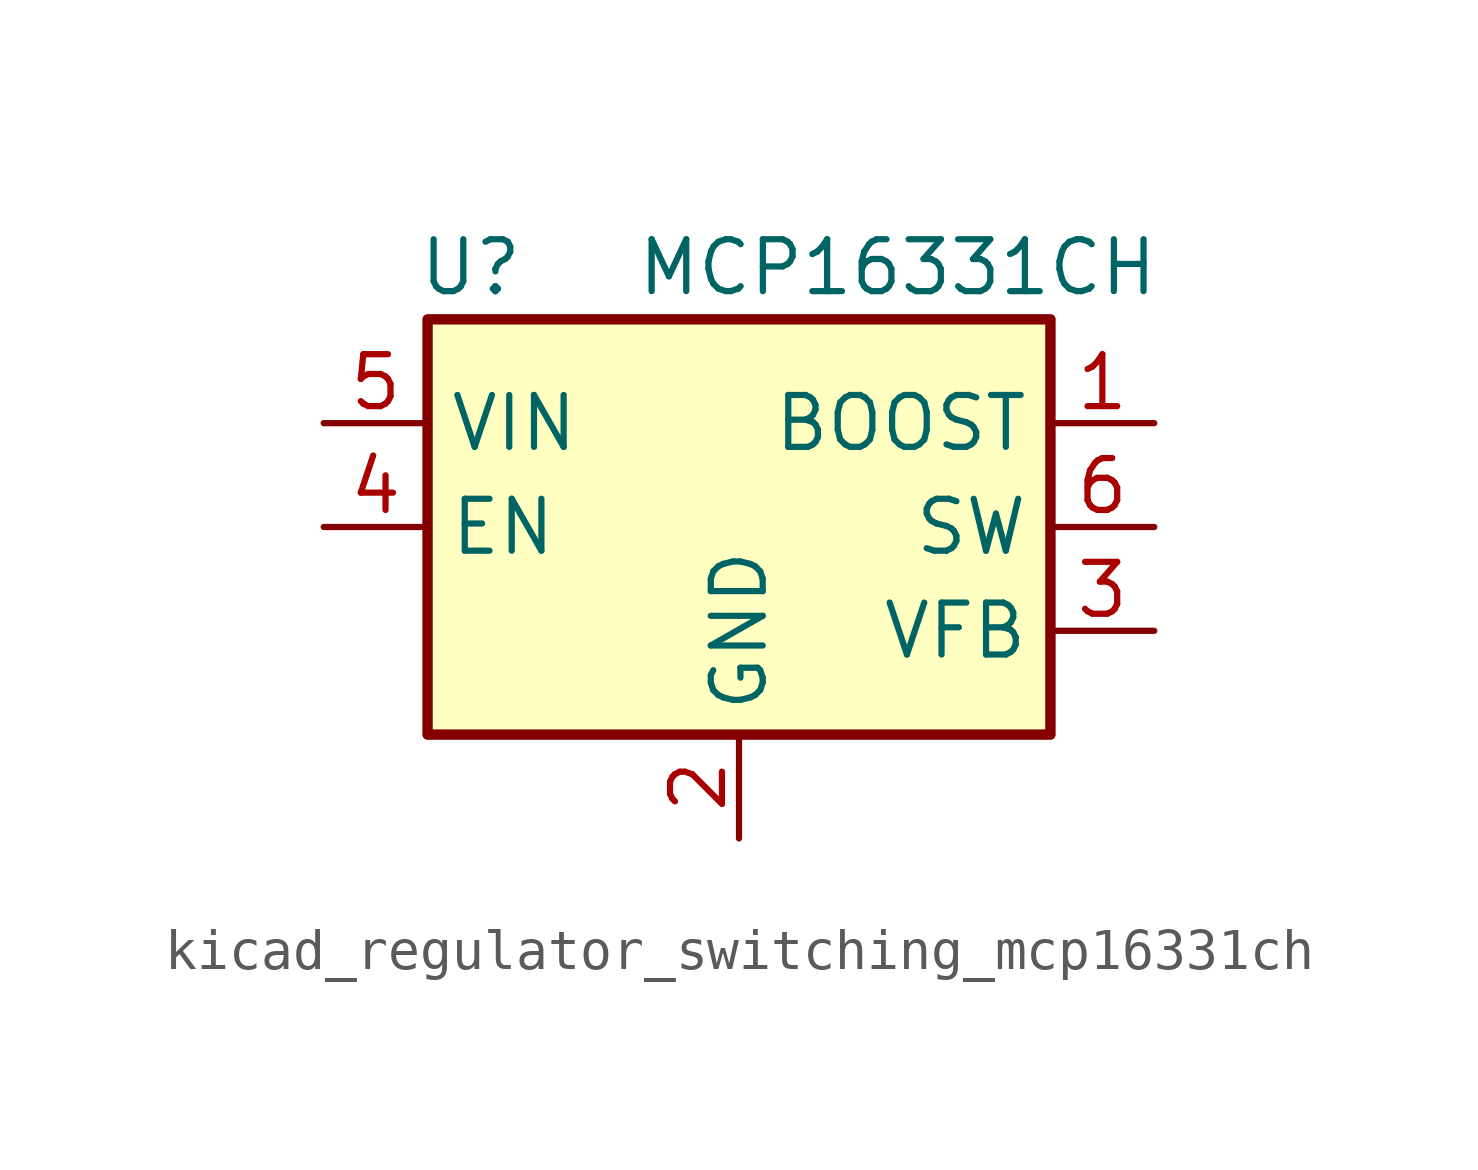
<source format=kicad_sym>
(kicad_symbol_lib
  (version 20220914)
  (generator kicad_symbol_editor)
  (symbol "kicad_regulator_switching_mcp16331ch"
    (property "Reference" "U"
      (at -7.874 6.35 0)
      (effects (font (size 1.27 1.27)) (justify left)))
    (property "Value" "MCP16331CH"
      (at -2.54 6.35 0)
      (effects (font (size 1.27 1.27)) (justify left)))
    (symbol "kicad_regulator_switching_mcp16331ch_0_1"
      (rectangle (start -7.62 5.08) (end 7.62 -5.08) (stroke (width 0.254) (type default)) (fill (type background))))
    (symbol "kicad_regulator_switching_mcp16331ch_1_1"
      (pin input line (at 10.16 2.54 180) (length 2.54) (name "BOOST" (effects (font (size 1.27 1.27)))) (number "1" (effects (font (size 1.27 1.27)))))
      (pin power_in line (at 0 -7.62 90) (length 2.54) (name "GND" (effects (font (size 1.27 1.27)))) (number "2" (effects (font (size 1.27 1.27)))))
      (pin input line (at 10.16 -2.54 180) (length 2.54) (name "VFB" (effects (font (size 1.27 1.27)))) (number "3" (effects (font (size 1.27 1.27)))))
      (pin input line (at -10.16 0 0) (length 2.54) (name "EN" (effects (font (size 1.27 1.27)))) (number "4" (effects (font (size 1.27 1.27)))))
      (pin power_in line (at -10.16 2.54 0) (length 2.54) (name "VIN" (effects (font (size 1.27 1.27)))) (number "5" (effects (font (size 1.27 1.27)))))
      (pin output line (at 10.16 0 180) (length 2.54) (name "SW" (effects (font (size 1.27 1.27)))) (number "6" (effects (font (size 1.27 1.27))))))))
</source>
